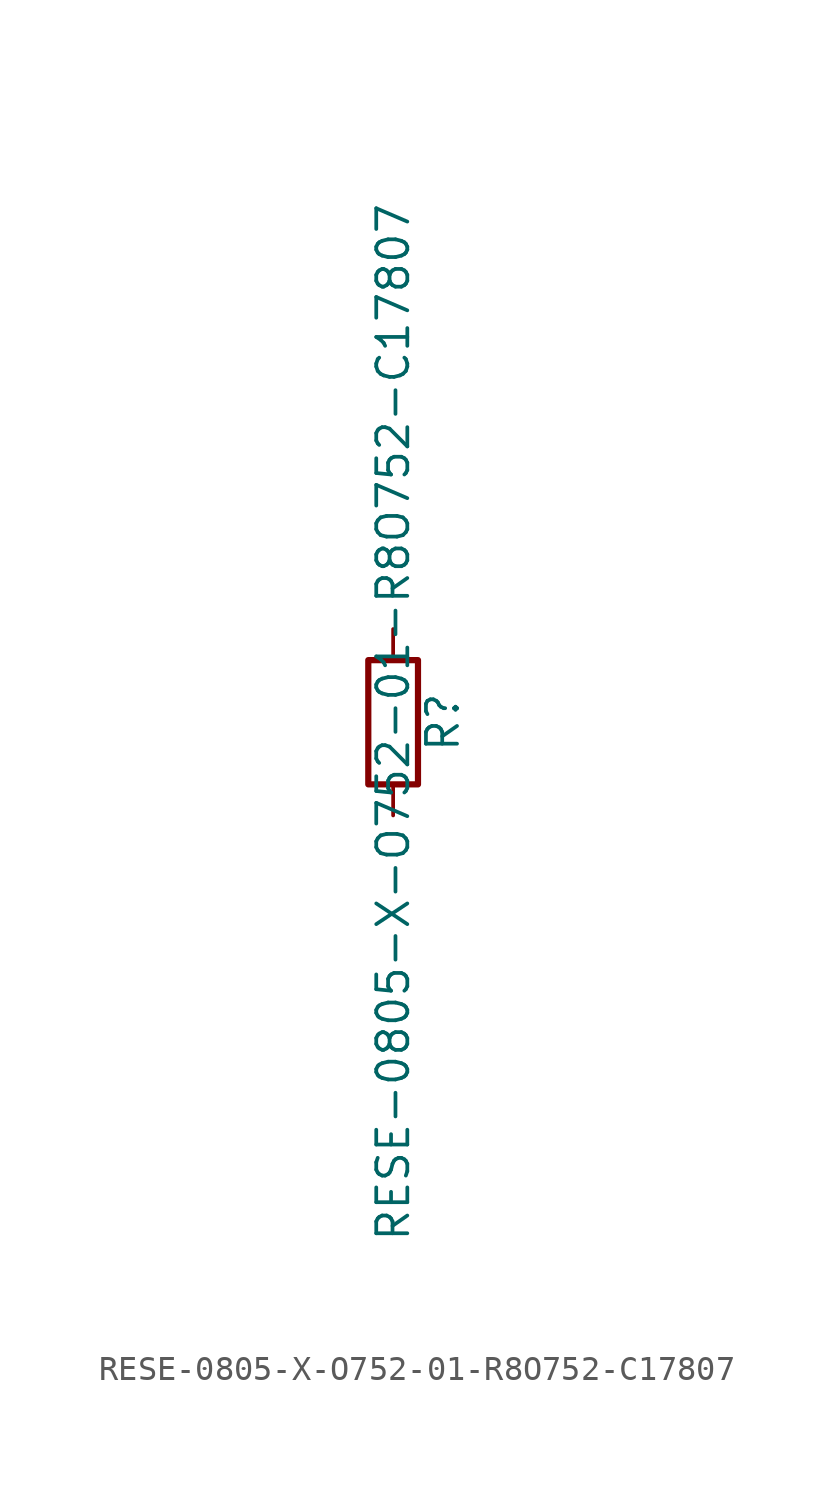
<source format=kicad_sym>
(kicad_symbol_lib
  (version 20211014)
  (generator kicad_symbol_editor)
  (symbol "RESE-0805-X-O752-01-R8O752-C17807"
    (pin_numbers hide)
    (pin_names
      (offset 0))
    (property "Reference" "R"
      (at 2.032 0 90)
      (effects (font (size 1.27 1.27))))
    (property "Value" "RESE-0805-X-O752-01-R8O752-C17807"
      (at 0 0 90)
      (effects (font (size 1.27 1.27))))
    (symbol "RESE-0805-X-O752-01-R8O752-C17807_0_1"
      (rectangle (start -1.016 -2.54) (end 1.016 2.54) (stroke (width 0.254) (type default) (color 0 0 0 0)) (fill (type none))))
    (symbol "RESE-0805-X-O752-01-R8O752-C17807_1_1"
      (pin passive line (at 0 3.81 270) (length 1.27) (name "~" (effects (font (size 1.27 1.27)))) (number "1" (effects (font (size 1.27 1.27)))))
      (pin passive line (at 0 -3.81 90) (length 1.27) (name "~" (effects (font (size 1.27 1.27)))) (number "2" (effects (font (size 1.27 1.27))))))))
</source>
